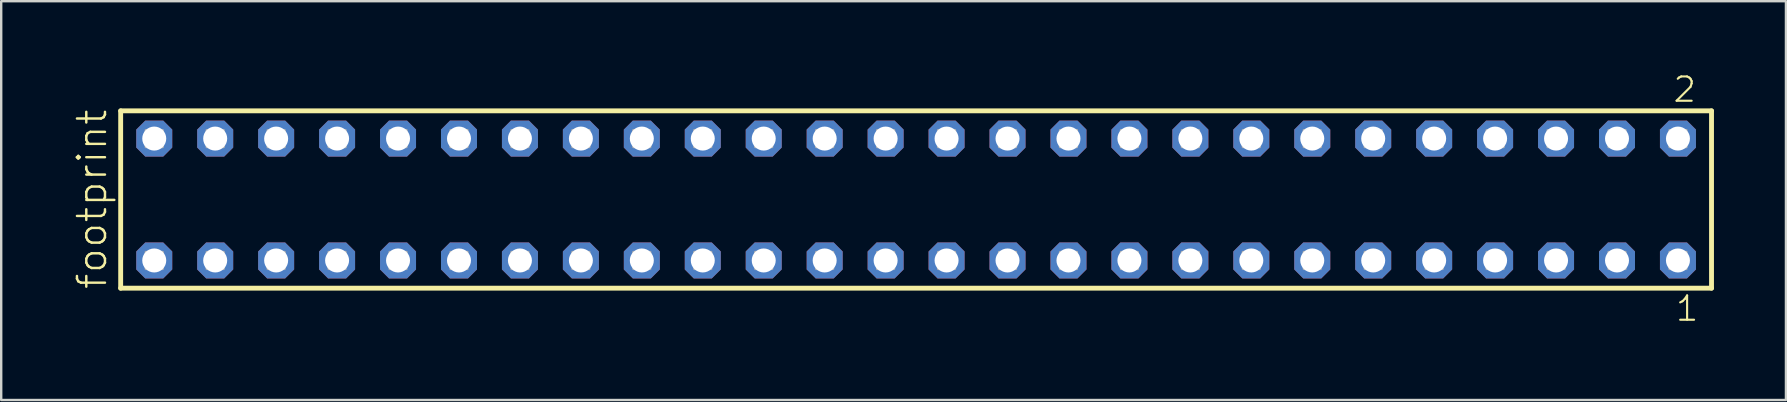
<source format=kicad_pcb>
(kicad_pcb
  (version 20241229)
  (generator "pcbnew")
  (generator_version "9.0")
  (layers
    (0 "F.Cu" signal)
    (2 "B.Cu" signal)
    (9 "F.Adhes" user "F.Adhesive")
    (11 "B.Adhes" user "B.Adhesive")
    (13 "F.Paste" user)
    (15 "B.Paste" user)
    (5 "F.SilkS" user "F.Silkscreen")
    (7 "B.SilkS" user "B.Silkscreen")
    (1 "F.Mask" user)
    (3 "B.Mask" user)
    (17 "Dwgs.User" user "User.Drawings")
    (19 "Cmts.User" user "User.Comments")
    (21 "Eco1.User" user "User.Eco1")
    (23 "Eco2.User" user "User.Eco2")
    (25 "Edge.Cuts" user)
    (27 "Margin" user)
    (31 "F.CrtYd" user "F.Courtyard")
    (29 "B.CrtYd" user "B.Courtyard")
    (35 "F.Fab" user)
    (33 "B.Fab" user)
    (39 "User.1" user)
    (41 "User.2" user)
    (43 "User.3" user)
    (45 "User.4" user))
  (footprint "footprint"
    (layer "F.Cu")
    (at 35.128 5.265)
    (property "Reference" "footprint" (at -33.655 3.81 90) (layer "F.SilkS") (effects (font (size 1.168 1.168) (thickness 0.102)) (justify left bottom)))
    (fp_line (start -33.149 -3.695) (end 33.149 -3.695) (stroke (width 0.203) (type solid)) (layer "F.SilkS"))
    (fp_line (start -33.149 3.695) (end -33.149 -3.695) (stroke (width 0.203) (type solid)) (layer "F.SilkS"))
    (fp_line (start 33.149 -3.695) (end 33.149 3.695) (stroke (width 0.203) (type solid)) (layer "F.SilkS"))
    (fp_line (start 33.149 3.695) (end -33.149 3.695) (stroke (width 0.203) (type solid)) (layer "F.SilkS"))
    (fp_poly (pts (xy -32.1 -2.19) (xy -31.4 -2.19) (xy -31.4 -2.89) (xy -32.1 -2.89)) (stroke (width 0.1) (type solid)) (fill no) (layer "F.Fab"))
    (fp_poly (pts (xy -32.1 2.89) (xy -31.4 2.89) (xy -31.4 2.19) (xy -32.1 2.19)) (stroke (width 0.1) (type solid)) (fill no) (layer "F.Fab"))
    (fp_poly (pts (xy -29.56 -2.19) (xy -28.86 -2.19) (xy -28.86 -2.89) (xy -29.56 -2.89)) (stroke (width 0.1) (type solid)) (fill no) (layer "F.Fab"))
    (fp_poly (pts (xy -29.56 2.89) (xy -28.86 2.89) (xy -28.86 2.19) (xy -29.56 2.19)) (stroke (width 0.1) (type solid)) (fill no) (layer "F.Fab"))
    (fp_poly (pts (xy -27.02 -2.19) (xy -26.32 -2.19) (xy -26.32 -2.89) (xy -27.02 -2.89)) (stroke (width 0.1) (type solid)) (fill no) (layer "F.Fab"))
    (fp_poly (pts (xy -27.02 2.89) (xy -26.32 2.89) (xy -26.32 2.19) (xy -27.02 2.19)) (stroke (width 0.1) (type solid)) (fill no) (layer "F.Fab"))
    (fp_poly (pts (xy -24.48 -2.19) (xy -23.78 -2.19) (xy -23.78 -2.89) (xy -24.48 -2.89)) (stroke (width 0.1) (type solid)) (fill no) (layer "F.Fab"))
    (fp_poly (pts (xy -24.48 2.89) (xy -23.78 2.89) (xy -23.78 2.19) (xy -24.48 2.19)) (stroke (width 0.1) (type solid)) (fill no) (layer "F.Fab"))
    (fp_poly (pts (xy -21.94 -2.19) (xy -21.24 -2.19) (xy -21.24 -2.89) (xy -21.94 -2.89)) (stroke (width 0.1) (type solid)) (fill no) (layer "F.Fab"))
    (fp_poly (pts (xy -21.94 2.89) (xy -21.24 2.89) (xy -21.24 2.19) (xy -21.94 2.19)) (stroke (width 0.1) (type solid)) (fill no) (layer "F.Fab"))
    (fp_poly (pts (xy -19.4 -2.19) (xy -18.7 -2.19) (xy -18.7 -2.89) (xy -19.4 -2.89)) (stroke (width 0.1) (type solid)) (fill no) (layer "F.Fab"))
    (fp_poly (pts (xy -19.4 2.89) (xy -18.7 2.89) (xy -18.7 2.19) (xy -19.4 2.19)) (stroke (width 0.1) (type solid)) (fill no) (layer "F.Fab"))
    (fp_poly (pts (xy -16.86 -2.19) (xy -16.16 -2.19) (xy -16.16 -2.89) (xy -16.86 -2.89)) (stroke (width 0.1) (type solid)) (fill no) (layer "F.Fab"))
    (fp_poly (pts (xy -16.86 2.89) (xy -16.16 2.89) (xy -16.16 2.19) (xy -16.86 2.19)) (stroke (width 0.1) (type solid)) (fill no) (layer "F.Fab"))
    (fp_poly (pts (xy -14.32 -2.19) (xy -13.62 -2.19) (xy -13.62 -2.89) (xy -14.32 -2.89)) (stroke (width 0.1) (type solid)) (fill no) (layer "F.Fab"))
    (fp_poly (pts (xy -14.32 2.89) (xy -13.62 2.89) (xy -13.62 2.19) (xy -14.32 2.19)) (stroke (width 0.1) (type solid)) (fill no) (layer "F.Fab"))
    (fp_poly (pts (xy -11.78 -2.19) (xy -11.08 -2.19) (xy -11.08 -2.89) (xy -11.78 -2.89)) (stroke (width 0.1) (type solid)) (fill no) (layer "F.Fab"))
    (fp_poly (pts (xy -11.78 2.89) (xy -11.08 2.89) (xy -11.08 2.19) (xy -11.78 2.19)) (stroke (width 0.1) (type solid)) (fill no) (layer "F.Fab"))
    (fp_poly (pts (xy -9.24 -2.19) (xy -8.54 -2.19) (xy -8.54 -2.89) (xy -9.24 -2.89)) (stroke (width 0.1) (type solid)) (fill no) (layer "F.Fab"))
    (fp_poly (pts (xy -9.24 2.89) (xy -8.54 2.89) (xy -8.54 2.19) (xy -9.24 2.19)) (stroke (width 0.1) (type solid)) (fill no) (layer "F.Fab"))
    (fp_poly (pts (xy -6.7 -2.19) (xy -6 -2.19) (xy -6 -2.89) (xy -6.7 -2.89)) (stroke (width 0.1) (type solid)) (fill no) (layer "F.Fab"))
    (fp_poly (pts (xy -6.7 2.89) (xy -6 2.89) (xy -6 2.19) (xy -6.7 2.19)) (stroke (width 0.1) (type solid)) (fill no) (layer "F.Fab"))
    (fp_poly (pts (xy -4.16 -2.19) (xy -3.46 -2.19) (xy -3.46 -2.89) (xy -4.16 -2.89)) (stroke (width 0.1) (type solid)) (fill no) (layer "F.Fab"))
    (fp_poly (pts (xy -4.16 2.89) (xy -3.46 2.89) (xy -3.46 2.19) (xy -4.16 2.19)) (stroke (width 0.1) (type solid)) (fill no) (layer "F.Fab"))
    (fp_poly (pts (xy -1.62 -2.19) (xy -0.92 -2.19) (xy -0.92 -2.89) (xy -1.62 -2.89)) (stroke (width 0.1) (type solid)) (fill no) (layer "F.Fab"))
    (fp_poly (pts (xy -1.62 2.89) (xy -0.92 2.89) (xy -0.92 2.19) (xy -1.62 2.19)) (stroke (width 0.1) (type solid)) (fill no) (layer "F.Fab"))
    (fp_poly (pts (xy 0.92 -2.19) (xy 1.62 -2.19) (xy 1.62 -2.89) (xy 0.92 -2.89)) (stroke (width 0.1) (type solid)) (fill no) (layer "F.Fab"))
    (fp_poly (pts (xy 0.92 2.89) (xy 1.62 2.89) (xy 1.62 2.19) (xy 0.92 2.19)) (stroke (width 0.1) (type solid)) (fill no) (layer "F.Fab"))
    (fp_poly (pts (xy 3.46 -2.19) (xy 4.16 -2.19) (xy 4.16 -2.89) (xy 3.46 -2.89)) (stroke (width 0.1) (type solid)) (fill no) (layer "F.Fab"))
    (fp_poly (pts (xy 3.46 2.89) (xy 4.16 2.89) (xy 4.16 2.19) (xy 3.46 2.19)) (stroke (width 0.1) (type solid)) (fill no) (layer "F.Fab"))
    (fp_poly (pts (xy 6 -2.19) (xy 6.7 -2.19) (xy 6.7 -2.89) (xy 6 -2.89)) (stroke (width 0.1) (type solid)) (fill no) (layer "F.Fab"))
    (fp_poly (pts (xy 6 2.89) (xy 6.7 2.89) (xy 6.7 2.19) (xy 6 2.19)) (stroke (width 0.1) (type solid)) (fill no) (layer "F.Fab"))
    (fp_poly (pts (xy 8.54 -2.19) (xy 9.24 -2.19) (xy 9.24 -2.89) (xy 8.54 -2.89)) (stroke (width 0.1) (type solid)) (fill no) (layer "F.Fab"))
    (fp_poly (pts (xy 8.54 2.89) (xy 9.24 2.89) (xy 9.24 2.19) (xy 8.54 2.19)) (stroke (width 0.1) (type solid)) (fill no) (layer "F.Fab"))
    (fp_poly (pts (xy 11.08 -2.19) (xy 11.78 -2.19) (xy 11.78 -2.89) (xy 11.08 -2.89)) (stroke (width 0.1) (type solid)) (fill no) (layer "F.Fab"))
    (fp_poly (pts (xy 11.08 2.89) (xy 11.78 2.89) (xy 11.78 2.19) (xy 11.08 2.19)) (stroke (width 0.1) (type solid)) (fill no) (layer "F.Fab"))
    (fp_poly (pts (xy 13.62 -2.19) (xy 14.32 -2.19) (xy 14.32 -2.89) (xy 13.62 -2.89)) (stroke (width 0.1) (type solid)) (fill no) (layer "F.Fab"))
    (fp_poly (pts (xy 13.62 2.89) (xy 14.32 2.89) (xy 14.32 2.19) (xy 13.62 2.19)) (stroke (width 0.1) (type solid)) (fill no) (layer "F.Fab"))
    (fp_poly (pts (xy 16.16 -2.19) (xy 16.86 -2.19) (xy 16.86 -2.89) (xy 16.16 -2.89)) (stroke (width 0.1) (type solid)) (fill no) (layer "F.Fab"))
    (fp_poly (pts (xy 16.16 2.89) (xy 16.86 2.89) (xy 16.86 2.19) (xy 16.16 2.19)) (stroke (width 0.1) (type solid)) (fill no) (layer "F.Fab"))
    (fp_poly (pts (xy 18.7 -2.19) (xy 19.4 -2.19) (xy 19.4 -2.89) (xy 18.7 -2.89)) (stroke (width 0.1) (type solid)) (fill no) (layer "F.Fab"))
    (fp_poly (pts (xy 18.7 2.89) (xy 19.4 2.89) (xy 19.4 2.19) (xy 18.7 2.19)) (stroke (width 0.1) (type solid)) (fill no) (layer "F.Fab"))
    (fp_poly (pts (xy 21.24 -2.19) (xy 21.94 -2.19) (xy 21.94 -2.89) (xy 21.24 -2.89)) (stroke (width 0.1) (type solid)) (fill no) (layer "F.Fab"))
    (fp_poly (pts (xy 21.24 2.89) (xy 21.94 2.89) (xy 21.94 2.19) (xy 21.24 2.19)) (stroke (width 0.1) (type solid)) (fill no) (layer "F.Fab"))
    (fp_poly (pts (xy 23.78 -2.19) (xy 24.48 -2.19) (xy 24.48 -2.89) (xy 23.78 -2.89)) (stroke (width 0.1) (type solid)) (fill no) (layer "F.Fab"))
    (fp_poly (pts (xy 23.78 2.89) (xy 24.48 2.89) (xy 24.48 2.19) (xy 23.78 2.19)) (stroke (width 0.1) (type solid)) (fill no) (layer "F.Fab"))
    (fp_poly (pts (xy 26.32 -2.19) (xy 27.02 -2.19) (xy 27.02 -2.89) (xy 26.32 -2.89)) (stroke (width 0.1) (type solid)) (fill no) (layer "F.Fab"))
    (fp_poly (pts (xy 26.32 2.89) (xy 27.02 2.89) (xy 27.02 2.19) (xy 26.32 2.19)) (stroke (width 0.1) (type solid)) (fill no) (layer "F.Fab"))
    (fp_poly (pts (xy 28.86 -2.19) (xy 29.56 -2.19) (xy 29.56 -2.89) (xy 28.86 -2.89)) (stroke (width 0.1) (type solid)) (fill no) (layer "F.Fab"))
    (fp_poly (pts (xy 28.86 2.89) (xy 29.56 2.89) (xy 29.56 2.19) (xy 28.86 2.19)) (stroke (width 0.1) (type solid)) (fill no) (layer "F.Fab"))
    (fp_poly (pts (xy 31.4 -2.19) (xy 32.1 -2.19) (xy 32.1 -2.89) (xy 31.4 -2.89)) (stroke (width 0.1) (type solid)) (fill no) (layer "F.Fab"))
    (fp_poly (pts (xy 31.4 2.89) (xy 32.1 2.89) (xy 32.1 2.19) (xy 31.4 2.19)) (stroke (width 0.1) (type solid)) (fill no) (layer "F.Fab"))
    (fp_text user "1" (at 31.592 5.138 0) (layer "F.SilkS") (effects (font (size 1.012 1.012) (thickness 0.088)) (justify left bottom)))
    (fp_text user "2" (at 31.492 -3.989 0) (layer "F.SilkS") (effects (font (size 1.012 1.012) (thickness 0.088)) (justify left bottom)))
    (pad "1" thru_hole roundrect (at 31.75 2.54 180) (size 1.5 1.5) (drill 1) (layers "*.Cu" "*.Mask") (roundrect_rratio 0.25) (chamfer_ratio 0.25) (chamfer top_left top_right bottom_left bottom_right))
    (pad "2" thru_hole roundrect (at 31.75 -2.54 180) (size 1.5 1.5) (drill 1) (layers "*.Cu" "*.Mask") (roundrect_rratio 0.25) (chamfer_ratio 0.25) (chamfer top_left top_right bottom_left bottom_right))
    (pad "3" thru_hole roundrect (at 29.21 2.54 180) (size 1.5 1.5) (drill 1) (layers "*.Cu" "*.Mask") (roundrect_rratio 0.25) (chamfer_ratio 0.25) (chamfer top_left top_right bottom_left bottom_right))
    (pad "4" thru_hole roundrect (at 29.21 -2.54 180) (size 1.5 1.5) (drill 1) (layers "*.Cu" "*.Mask") (roundrect_rratio 0.25) (chamfer_ratio 0.25) (chamfer top_left top_right bottom_left bottom_right))
    (pad "5" thru_hole roundrect (at 26.67 2.54 180) (size 1.5 1.5) (drill 1) (layers "*.Cu" "*.Mask") (roundrect_rratio 0.25) (chamfer_ratio 0.25) (chamfer top_left top_right bottom_left bottom_right))
    (pad "6" thru_hole roundrect (at 26.67 -2.54 180) (size 1.5 1.5) (drill 1) (layers "*.Cu" "*.Mask") (roundrect_rratio 0.25) (chamfer_ratio 0.25) (chamfer top_left top_right bottom_left bottom_right))
    (pad "7" thru_hole roundrect (at 24.13 2.54 180) (size 1.5 1.5) (drill 1) (layers "*.Cu" "*.Mask") (roundrect_rratio 0.25) (chamfer_ratio 0.25) (chamfer top_left top_right bottom_left bottom_right))
    (pad "8" thru_hole roundrect (at 24.13 -2.54 180) (size 1.5 1.5) (drill 1) (layers "*.Cu" "*.Mask") (roundrect_rratio 0.25) (chamfer_ratio 0.25) (chamfer top_left top_right bottom_left bottom_right))
    (pad "9" thru_hole roundrect (at 21.59 2.54 180) (size 1.5 1.5) (drill 1) (layers "*.Cu" "*.Mask") (roundrect_rratio 0.25) (chamfer_ratio 0.25) (chamfer top_left top_right bottom_left bottom_right))
    (pad "10" thru_hole roundrect (at 21.59 -2.54 180) (size 1.5 1.5) (drill 1) (layers "*.Cu" "*.Mask") (roundrect_rratio 0.25) (chamfer_ratio 0.25) (chamfer top_left top_right bottom_left bottom_right))
    (pad "11" thru_hole roundrect (at 19.05 2.54 180) (size 1.5 1.5) (drill 1) (layers "*.Cu" "*.Mask") (roundrect_rratio 0.25) (chamfer_ratio 0.25) (chamfer top_left top_right bottom_left bottom_right))
    (pad "12" thru_hole roundrect (at 19.05 -2.54 180) (size 1.5 1.5) (drill 1) (layers "*.Cu" "*.Mask") (roundrect_rratio 0.25) (chamfer_ratio 0.25) (chamfer top_left top_right bottom_left bottom_right))
    (pad "13" thru_hole roundrect (at 16.51 2.54 180) (size 1.5 1.5) (drill 1) (layers "*.Cu" "*.Mask") (roundrect_rratio 0.25) (chamfer_ratio 0.25) (chamfer top_left top_right bottom_left bottom_right))
    (pad "14" thru_hole roundrect (at 16.51 -2.54 180) (size 1.5 1.5) (drill 1) (layers "*.Cu" "*.Mask") (roundrect_rratio 0.25) (chamfer_ratio 0.25) (chamfer top_left top_right bottom_left bottom_right))
    (pad "15" thru_hole roundrect (at 13.97 2.54 180) (size 1.5 1.5) (drill 1) (layers "*.Cu" "*.Mask") (roundrect_rratio 0.25) (chamfer_ratio 0.25) (chamfer top_left top_right bottom_left bottom_right))
    (pad "16" thru_hole roundrect (at 13.97 -2.54 180) (size 1.5 1.5) (drill 1) (layers "*.Cu" "*.Mask") (roundrect_rratio 0.25) (chamfer_ratio 0.25) (chamfer top_left top_right bottom_left bottom_right))
    (pad "17" thru_hole roundrect (at 11.43 2.54 180) (size 1.5 1.5) (drill 1) (layers "*.Cu" "*.Mask") (roundrect_rratio 0.25) (chamfer_ratio 0.25) (chamfer top_left top_right bottom_left bottom_right))
    (pad "18" thru_hole roundrect (at 11.43 -2.54 180) (size 1.5 1.5) (drill 1) (layers "*.Cu" "*.Mask") (roundrect_rratio 0.25) (chamfer_ratio 0.25) (chamfer top_left top_right bottom_left bottom_right))
    (pad "19" thru_hole roundrect (at 8.89 2.54 180) (size 1.5 1.5) (drill 1) (layers "*.Cu" "*.Mask") (roundrect_rratio 0.25) (chamfer_ratio 0.25) (chamfer top_left top_right bottom_left bottom_right))
    (pad "20" thru_hole roundrect (at 8.89 -2.54 180) (size 1.5 1.5) (drill 1) (layers "*.Cu" "*.Mask") (roundrect_rratio 0.25) (chamfer_ratio 0.25) (chamfer top_left top_right bottom_left bottom_right))
    (pad "21" thru_hole roundrect (at 6.35 2.54 180) (size 1.5 1.5) (drill 1) (layers "*.Cu" "*.Mask") (roundrect_rratio 0.25) (chamfer_ratio 0.25) (chamfer top_left top_right bottom_left bottom_right))
    (pad "22" thru_hole roundrect (at 6.35 -2.54 180) (size 1.5 1.5) (drill 1) (layers "*.Cu" "*.Mask") (roundrect_rratio 0.25) (chamfer_ratio 0.25) (chamfer top_left top_right bottom_left bottom_right))
    (pad "23" thru_hole roundrect (at 3.81 2.54 180) (size 1.5 1.5) (drill 1) (layers "*.Cu" "*.Mask") (roundrect_rratio 0.25) (chamfer_ratio 0.25) (chamfer top_left top_right bottom_left bottom_right))
    (pad "24" thru_hole roundrect (at 3.81 -2.54 180) (size 1.5 1.5) (drill 1) (layers "*.Cu" "*.Mask") (roundrect_rratio 0.25) (chamfer_ratio 0.25) (chamfer top_left top_right bottom_left bottom_right))
    (pad "25" thru_hole roundrect (at 1.27 2.54 180) (size 1.5 1.5) (drill 1) (layers "*.Cu" "*.Mask") (roundrect_rratio 0.25) (chamfer_ratio 0.25) (chamfer top_left top_right bottom_left bottom_right))
    (pad "26" thru_hole roundrect (at 1.27 -2.54 180) (size 1.5 1.5) (drill 1) (layers "*.Cu" "*.Mask") (roundrect_rratio 0.25) (chamfer_ratio 0.25) (chamfer top_left top_right bottom_left bottom_right))
    (pad "27" thru_hole roundrect (at -1.27 2.54 180) (size 1.5 1.5) (drill 1) (layers "*.Cu" "*.Mask") (roundrect_rratio 0.25) (chamfer_ratio 0.25) (chamfer top_left top_right bottom_left bottom_right))
    (pad "28" thru_hole roundrect (at -1.27 -2.54 180) (size 1.5 1.5) (drill 1) (layers "*.Cu" "*.Mask") (roundrect_rratio 0.25) (chamfer_ratio 0.25) (chamfer top_left top_right bottom_left bottom_right))
    (pad "29" thru_hole roundrect (at -3.81 2.54 180) (size 1.5 1.5) (drill 1) (layers "*.Cu" "*.Mask") (roundrect_rratio 0.25) (chamfer_ratio 0.25) (chamfer top_left top_right bottom_left bottom_right))
    (pad "30" thru_hole roundrect (at -3.81 -2.54 180) (size 1.5 1.5) (drill 1) (layers "*.Cu" "*.Mask") (roundrect_rratio 0.25) (chamfer_ratio 0.25) (chamfer top_left top_right bottom_left bottom_right))
    (pad "31" thru_hole roundrect (at -6.35 2.54 180) (size 1.5 1.5) (drill 1) (layers "*.Cu" "*.Mask") (roundrect_rratio 0.25) (chamfer_ratio 0.25) (chamfer top_left top_right bottom_left bottom_right))
    (pad "32" thru_hole roundrect (at -6.35 -2.54 180) (size 1.5 1.5) (drill 1) (layers "*.Cu" "*.Mask") (roundrect_rratio 0.25) (chamfer_ratio 0.25) (chamfer top_left top_right bottom_left bottom_right))
    (pad "33" thru_hole roundrect (at -8.89 2.54 180) (size 1.5 1.5) (drill 1) (layers "*.Cu" "*.Mask") (roundrect_rratio 0.25) (chamfer_ratio 0.25) (chamfer top_left top_right bottom_left bottom_right))
    (pad "34" thru_hole roundrect (at -8.89 -2.54 180) (size 1.5 1.5) (drill 1) (layers "*.Cu" "*.Mask") (roundrect_rratio 0.25) (chamfer_ratio 0.25) (chamfer top_left top_right bottom_left bottom_right))
    (pad "35" thru_hole roundrect (at -11.43 2.54 180) (size 1.5 1.5) (drill 1) (layers "*.Cu" "*.Mask") (roundrect_rratio 0.25) (chamfer_ratio 0.25) (chamfer top_left top_right bottom_left bottom_right))
    (pad "36" thru_hole roundrect (at -11.43 -2.54 180) (size 1.5 1.5) (drill 1) (layers "*.Cu" "*.Mask") (roundrect_rratio 0.25) (chamfer_ratio 0.25) (chamfer top_left top_right bottom_left bottom_right))
    (pad "37" thru_hole roundrect (at -13.97 2.54 180) (size 1.5 1.5) (drill 1) (layers "*.Cu" "*.Mask") (roundrect_rratio 0.25) (chamfer_ratio 0.25) (chamfer top_left top_right bottom_left bottom_right))
    (pad "38" thru_hole roundrect (at -13.97 -2.54 180) (size 1.5 1.5) (drill 1) (layers "*.Cu" "*.Mask") (roundrect_rratio 0.25) (chamfer_ratio 0.25) (chamfer top_left top_right bottom_left bottom_right))
    (pad "39" thru_hole roundrect (at -16.51 2.54 180) (size 1.5 1.5) (drill 1) (layers "*.Cu" "*.Mask") (roundrect_rratio 0.25) (chamfer_ratio 0.25) (chamfer top_left top_right bottom_left bottom_right))
    (pad "40" thru_hole roundrect (at -16.51 -2.54 180) (size 1.5 1.5) (drill 1) (layers "*.Cu" "*.Mask") (roundrect_rratio 0.25) (chamfer_ratio 0.25) (chamfer top_left top_right bottom_left bottom_right))
    (pad "41" thru_hole roundrect (at -19.05 2.54 180) (size 1.5 1.5) (drill 1) (layers "*.Cu" "*.Mask") (roundrect_rratio 0.25) (chamfer_ratio 0.25) (chamfer top_left top_right bottom_left bottom_right))
    (pad "42" thru_hole roundrect (at -19.05 -2.54 180) (size 1.5 1.5) (drill 1) (layers "*.Cu" "*.Mask") (roundrect_rratio 0.25) (chamfer_ratio 0.25) (chamfer top_left top_right bottom_left bottom_right))
    (pad "43" thru_hole roundrect (at -21.59 2.54 180) (size 1.5 1.5) (drill 1) (layers "*.Cu" "*.Mask") (roundrect_rratio 0.25) (chamfer_ratio 0.25) (chamfer top_left top_right bottom_left bottom_right))
    (pad "44" thru_hole roundrect (at -21.59 -2.54 180) (size 1.5 1.5) (drill 1) (layers "*.Cu" "*.Mask") (roundrect_rratio 0.25) (chamfer_ratio 0.25) (chamfer top_left top_right bottom_left bottom_right))
    (pad "45" thru_hole roundrect (at -24.13 2.54 180) (size 1.5 1.5) (drill 1) (layers "*.Cu" "*.Mask") (roundrect_rratio 0.25) (chamfer_ratio 0.25) (chamfer top_left top_right bottom_left bottom_right))
    (pad "46" thru_hole roundrect (at -24.13 -2.54 180) (size 1.5 1.5) (drill 1) (layers "*.Cu" "*.Mask") (roundrect_rratio 0.25) (chamfer_ratio 0.25) (chamfer top_left top_right bottom_left bottom_right))
    (pad "47" thru_hole roundrect (at -26.67 2.54 180) (size 1.5 1.5) (drill 1) (layers "*.Cu" "*.Mask") (roundrect_rratio 0.25) (chamfer_ratio 0.25) (chamfer top_left top_right bottom_left bottom_right))
    (pad "48" thru_hole roundrect (at -26.67 -2.54 180) (size 1.5 1.5) (drill 1) (layers "*.Cu" "*.Mask") (roundrect_rratio 0.25) (chamfer_ratio 0.25) (chamfer top_left top_right bottom_left bottom_right))
    (pad "49" thru_hole roundrect (at -29.21 2.54 180) (size 1.5 1.5) (drill 1) (layers "*.Cu" "*.Mask") (roundrect_rratio 0.25) (chamfer_ratio 0.25) (chamfer top_left top_right bottom_left bottom_right))
    (pad "50" thru_hole roundrect (at -29.21 -2.54 180) (size 1.5 1.5) (drill 1) (layers "*.Cu" "*.Mask") (roundrect_rratio 0.25) (chamfer_ratio 0.25) (chamfer top_left top_right bottom_left bottom_right))
    (pad "51" thru_hole roundrect (at -31.75 2.54 180) (size 1.5 1.5) (drill 1) (layers "*.Cu" "*.Mask") (roundrect_rratio 0.25) (chamfer_ratio 0.25) (chamfer top_left top_right bottom_left bottom_right))
    (pad "52" thru_hole roundrect (at -31.75 -2.54 180) (size 1.5 1.5) (drill 1) (layers "*.Cu" "*.Mask") (roundrect_rratio 0.25) (chamfer_ratio 0.25) (chamfer top_left top_right bottom_left bottom_right)))
  (gr_rect
    (start -3 -3)
    (end 71.379 13.62)
    (stroke (width 0.1) (type default))
    (fill no)
    (layer "Edge.Cuts")))
</source>
